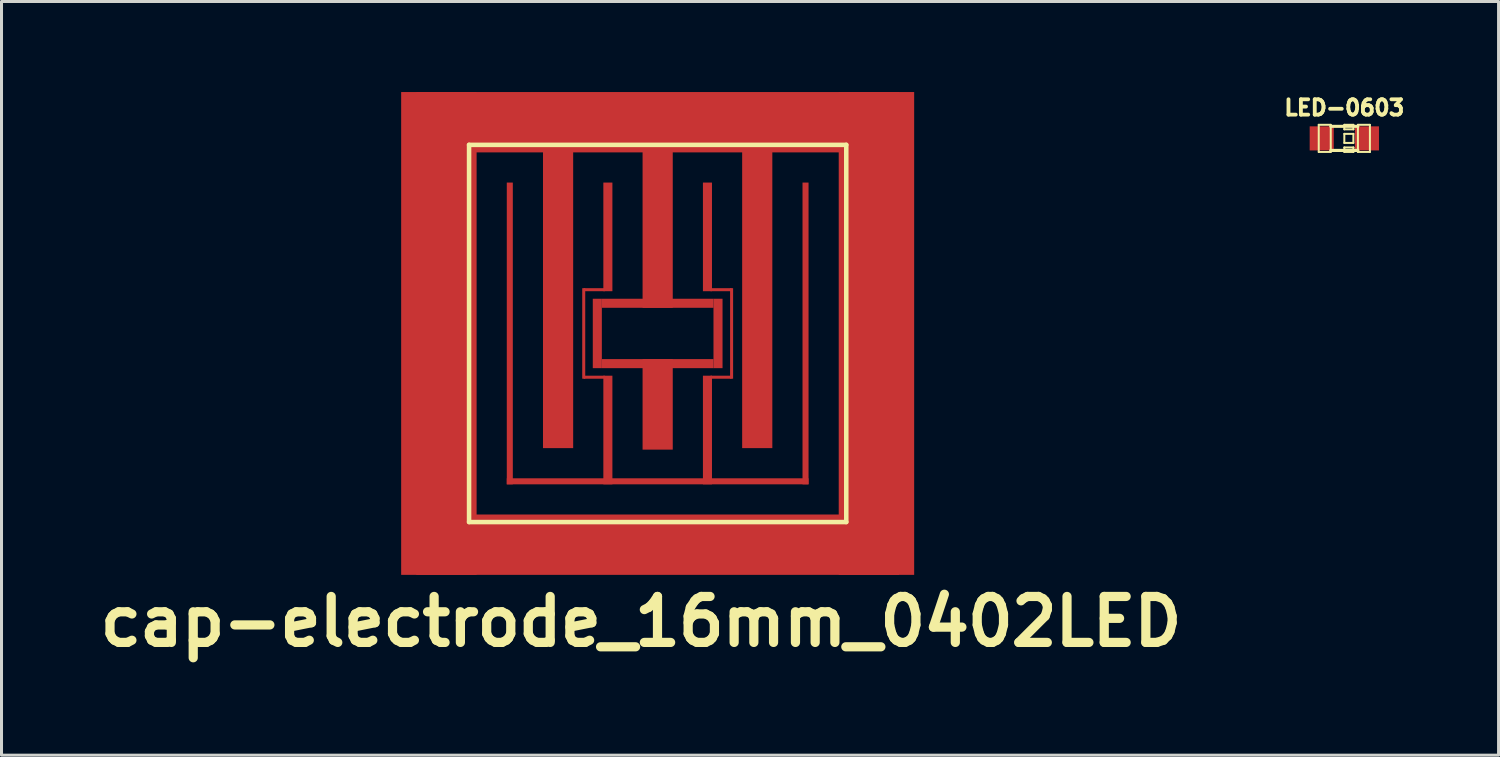
<source format=kicad_pcb>
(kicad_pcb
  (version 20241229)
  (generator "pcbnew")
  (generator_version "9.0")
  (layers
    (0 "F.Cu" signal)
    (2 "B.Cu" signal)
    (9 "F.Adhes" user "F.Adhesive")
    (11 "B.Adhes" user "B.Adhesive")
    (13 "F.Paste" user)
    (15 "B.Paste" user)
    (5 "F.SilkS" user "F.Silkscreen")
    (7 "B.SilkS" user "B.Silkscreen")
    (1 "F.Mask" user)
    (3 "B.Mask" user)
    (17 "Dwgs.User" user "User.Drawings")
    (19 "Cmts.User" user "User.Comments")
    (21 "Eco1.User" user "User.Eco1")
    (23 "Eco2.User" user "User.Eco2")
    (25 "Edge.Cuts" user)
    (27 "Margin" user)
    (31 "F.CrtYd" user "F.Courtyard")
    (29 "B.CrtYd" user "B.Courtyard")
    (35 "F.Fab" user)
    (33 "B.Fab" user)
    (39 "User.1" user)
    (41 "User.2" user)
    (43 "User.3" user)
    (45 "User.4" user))
  (footprint "LED-0603"
    (layer "F.Cu")
    (at 41.499 1.536)
    (property "Reference" "LED-0603" (at 0 -1.016 0) (layer "F.SilkS") (effects (font (size 0.508 0.508) (thickness 0.127))))
    (attr smd)
    (fp_line (start -0.848 -0.45) (end -0.848 0.45) (stroke (width 0.066) (type solid)) (layer "F.SilkS"))
    (fp_line (start -0.848 -0.45) (end -0.45 -0.45) (stroke (width 0.066) (type solid)) (layer "F.SilkS"))
    (fp_line (start -0.848 0.45) (end -0.45 0.45) (stroke (width 0.066) (type solid)) (layer "F.SilkS"))
    (fp_line (start -0.45 -0.45) (end -0.45 0.45) (stroke (width 0.066) (type solid)) (layer "F.SilkS"))
    (fp_line (start 0 -0.45) (end 0 -0.3) (stroke (width 0.066) (type solid)) (layer "F.SilkS"))
    (fp_line (start 0 -0.45) (end 0.3 -0.45) (stroke (width 0.066) (type solid)) (layer "F.SilkS"))
    (fp_line (start 0 -0.3) (end 0.3 -0.3) (stroke (width 0.066) (type solid)) (layer "F.SilkS"))
    (fp_line (start 0 -0.15) (end 0 0.15) (stroke (width 0.066) (type solid)) (layer "F.SilkS"))
    (fp_line (start 0 -0.15) (end 0.3 -0.15) (stroke (width 0.066) (type solid)) (layer "F.SilkS"))
    (fp_line (start 0 0.15) (end 0.3 0.15) (stroke (width 0.066) (type solid)) (layer "F.SilkS"))
    (fp_line (start 0 0.3) (end 0 0.45) (stroke (width 0.066) (type solid)) (layer "F.SilkS"))
    (fp_line (start 0 0.3) (end 0.3 0.3) (stroke (width 0.066) (type solid)) (layer "F.SilkS"))
    (fp_line (start 0 0.45) (end 0.3 0.45) (stroke (width 0.066) (type solid)) (layer "F.SilkS"))
    (fp_line (start 0.3 -0.45) (end 0.3 -0.3) (stroke (width 0.066) (type solid)) (layer "F.SilkS"))
    (fp_line (start 0.3 -0.15) (end 0.3 0.15) (stroke (width 0.066) (type solid)) (layer "F.SilkS"))
    (fp_line (start 0.3 0.3) (end 0.3 0.45) (stroke (width 0.066) (type solid)) (layer "F.SilkS"))
    (fp_line (start 0.45 -0.45) (end 0.45 0.45) (stroke (width 0.066) (type solid)) (layer "F.SilkS"))
    (fp_line (start 0.45 -0.45) (end 0.848 -0.45) (stroke (width 0.066) (type solid)) (layer "F.SilkS"))
    (fp_line (start 0.45 -0.399) (end -0.45 -0.399) (stroke (width 0.102) (type solid)) (layer "F.SilkS"))
    (fp_line (start 0.45 0.399) (end -0.45 0.399) (stroke (width 0.102) (type solid)) (layer "F.SilkS"))
    (fp_line (start 0.45 0.45) (end 0.848 0.45) (stroke (width 0.066) (type solid)) (layer "F.SilkS"))
    (fp_line (start 0.848 -0.45) (end 0.848 0.45) (stroke (width 0.066) (type solid)) (layer "F.SilkS"))
    (pad "1" smd rect (at -0.749 0) (size 0.798 0.798) (layers "F.Cu" "F.Mask" "F.Paste"))
    (pad "2" smd rect (at 0.749 0) (size 0.798 0.798) (layers "F.Cu" "F.Mask" "F.Paste")))
  (footprint "cap-electrode_16mm_0402LED"
    (layer "F.Cu")
    (at 18.744 8)
    (property "Reference" "cap-electrode_16mm_0402LED" (at -0.55 9.55 0) (layer "F.SilkS") (effects (font (size 1.524 1.524) (thickness 0.305))))
    (attr through_hole)
    (fp_line (start -6.25 -6.25) (end -6.25 6.25) (stroke (width 0.15) (type solid)) (layer "F.SilkS"))
    (fp_line (start -6.25 -6.25) (end 6.25 -6.25) (stroke (width 0.15) (type solid)) (layer "F.SilkS"))
    (fp_line (start -6.25 6.25) (end 6.25 6.25) (stroke (width 0.15) (type solid)) (layer "F.SilkS"))
    (fp_line (start 6.25 -6.25) (end 6.25 6.25) (stroke (width 0.15) (type solid)) (layer "F.SilkS"))
    (pad "1" smd rect (at -7.25 0 90) (size 16 2.5) (layers "F.Cu" "F.Mask" "F.Paste"))
    (pad "1" smd rect (at -3.3 -1.2 270) (size 10 1) (layers "F.Cu" "F.Mask" "F.Paste"))
    (pad "1" smd rect (at -2 0 270) (size 2.3 0.3) (layers "F.Cu" "F.Mask" "F.Paste"))
    (pad "1" smd rect (at 0 -7 180) (size 16 2) (layers "F.Cu" "F.Mask" "F.Paste"))
    (pad "1" smd rect (at 0 -3.6 270) (size 5.5 1) (layers "F.Cu" "F.Mask" "F.Paste"))
    (pad "1" smd rect (at 0 -1 180) (size 3.7 0.3) (layers "F.Cu" "F.Mask" "F.Paste"))
    (pad "1" smd rect (at 0 1 180) (size 3.7 0.3) (layers "F.Cu" "F.Mask" "F.Paste"))
    (pad "1" smd rect (at 0 2.35 270) (size 3 1) (layers "F.Cu" "F.Mask" "F.Paste"))
    (pad "1" smd rect (at 0 7 180) (size 16 2) (layers "F.Cu" "F.Mask" "F.Paste"))
    (pad "1" smd rect (at 2 0 270) (size 2.3 0.3) (layers "F.Cu" "F.Mask" "F.Paste"))
    (pad "1" smd rect (at 3.3 -1.2 270) (size 10 1) (layers "F.Cu" "F.Mask" "F.Paste"))
    (pad "1" smd rect (at 7.25 0) (size 2.5 16) (layers "F.Cu" "F.Mask" "F.Paste"))
    (pad "2" smd rect (at -4.9 0 270) (size 10 0.2) (layers "F.Cu" "F.Mask" "F.Paste"))
    (pad "2" smd rect (at -2.45 0 270) (size 3 0.1) (layers "F.Cu" "F.Mask" "F.Paste"))
    (pad "2" smd rect (at -2.1 -1.45 180) (size 0.7 0.1) (layers "F.Cu" "F.Mask" "F.Paste"))
    (pad "2" smd rect (at -2.1 1.45 180) (size 0.7 0.1) (layers "F.Cu" "F.Mask" "F.Paste"))
    (pad "2" smd rect (at -1.65 -3.2 270) (size 3.6 0.3) (layers "F.Cu" "F.Mask" "F.Paste"))
    (pad "2" smd rect (at -1.65 3.2 270) (size 3.6 0.3) (layers "F.Cu" "F.Mask" "F.Paste"))
    (pad "2" smd rect (at 0 4.9) (size 10 0.2) (layers "F.Cu" "F.Mask" "F.Paste"))
    (pad "2" smd rect (at 1.65 -3.2 270) (size 3.6 0.3) (layers "F.Cu" "F.Mask" "F.Paste"))
    (pad "2" smd rect (at 1.65 3.2 270) (size 3.6 0.3) (layers "F.Cu" "F.Mask" "F.Paste"))
    (pad "2" smd rect (at 2.1 -1.45) (size 0.7 0.1) (layers "F.Cu" "F.Mask" "F.Paste"))
    (pad "2" smd rect (at 2.1 1.45) (size 0.7 0.1) (layers "F.Cu" "F.Mask" "F.Paste"))
    (pad "2" smd rect (at 2.45 0 270) (size 3 0.1) (layers "F.Cu" "F.Mask" "F.Paste"))
    (pad "2" smd rect (at 4.9 0 270) (size 10 0.2) (layers "F.Cu" "F.Mask" "F.Paste")))
  (gr_rect
    (start -3 -3)
    (end 46.61 21.976)
    (stroke (width 0.1) (type default))
    (fill no)
    (layer "Edge.Cuts")))
</source>
